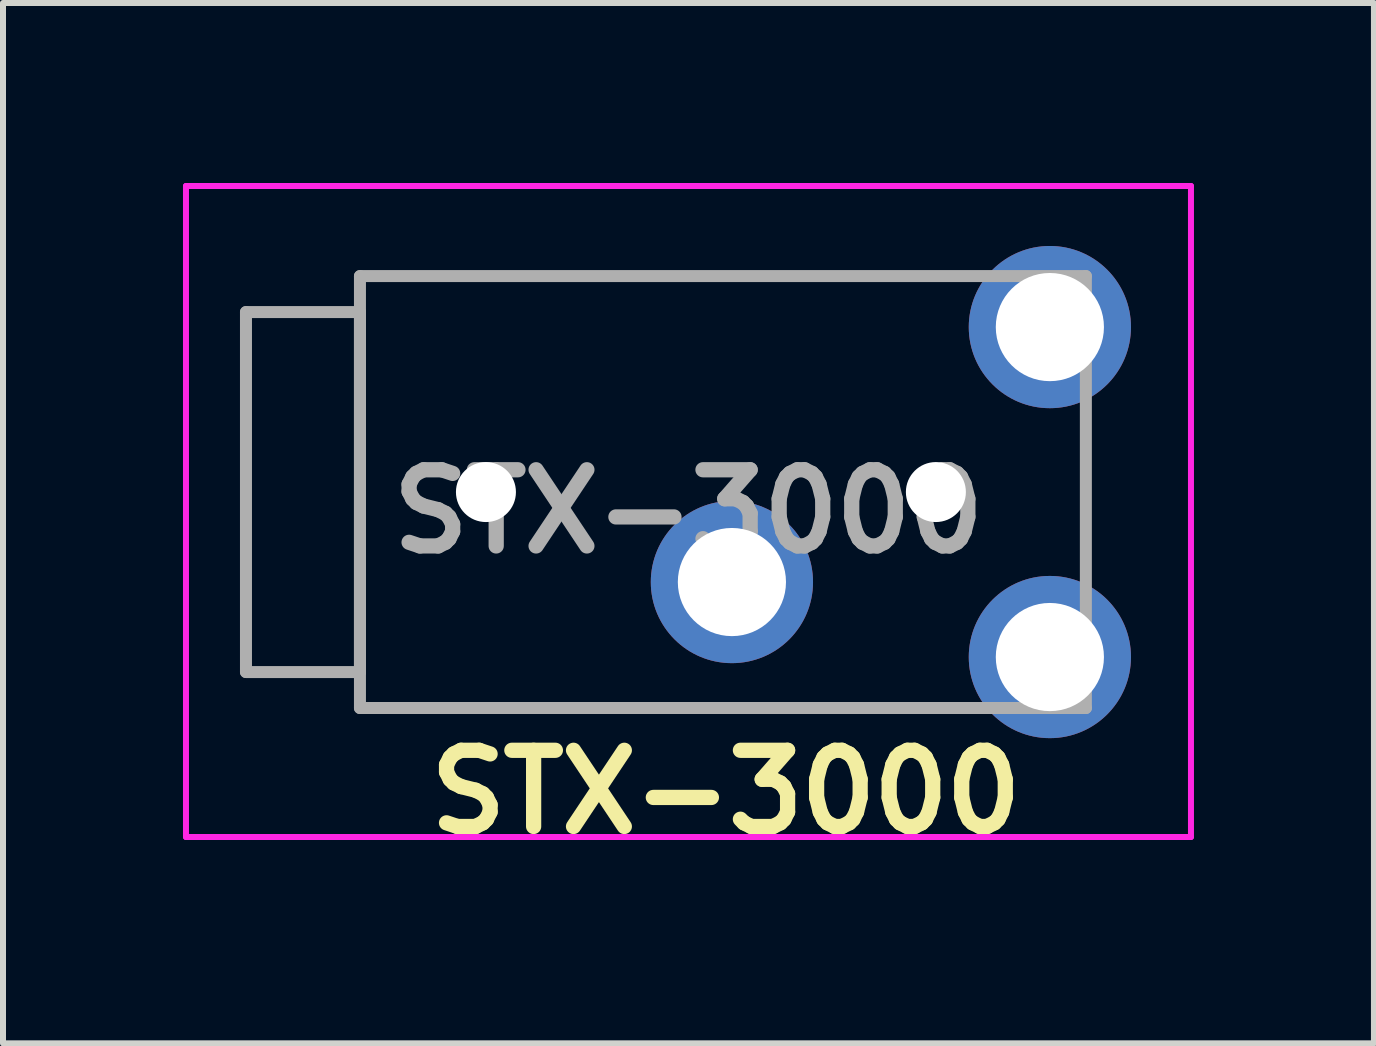
<source format=kicad_pcb>
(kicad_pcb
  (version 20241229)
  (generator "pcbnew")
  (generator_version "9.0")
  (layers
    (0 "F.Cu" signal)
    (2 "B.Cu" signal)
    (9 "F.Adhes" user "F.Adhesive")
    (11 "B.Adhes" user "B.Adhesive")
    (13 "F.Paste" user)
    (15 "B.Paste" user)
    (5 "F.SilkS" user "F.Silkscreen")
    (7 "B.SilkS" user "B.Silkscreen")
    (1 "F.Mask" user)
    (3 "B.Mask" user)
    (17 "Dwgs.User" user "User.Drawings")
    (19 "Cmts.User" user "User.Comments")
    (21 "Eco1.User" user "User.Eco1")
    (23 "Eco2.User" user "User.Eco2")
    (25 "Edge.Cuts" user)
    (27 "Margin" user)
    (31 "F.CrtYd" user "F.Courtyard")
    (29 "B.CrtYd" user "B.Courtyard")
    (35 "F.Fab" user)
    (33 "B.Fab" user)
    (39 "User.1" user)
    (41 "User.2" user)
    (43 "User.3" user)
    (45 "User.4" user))
  (footprint "STX-3000"
    (layer "F.Cu")
    (at 9.15 6.652)
    (property "Reference" "STX-3000" (at -0.1 3.5 0) (layer "F.SilkS") (effects (font (size 1.27 1.27) (thickness 0.254))))
    (attr through_hole)
    (fp_line (start -8.1 -4.5) (end -8.1 1.5) (stroke (width 0.1) (type solid)) (layer "F.SilkS"))
    (fp_line (start -8.1 1.5) (end -6.2 1.5) (stroke (width 0.1) (type solid)) (layer "F.SilkS"))
    (fp_line (start -6.2 -5.1) (end -6.2 -5.1) (stroke (width 0.1) (type solid)) (layer "F.SilkS"))
    (fp_line (start -6.2 -5.1) (end -6.2 -5.1) (stroke (width 0.1) (type solid)) (layer "F.SilkS"))
    (fp_line (start -6.2 -5.1) (end -6.2 -4.5) (stroke (width 0.1) (type solid)) (layer "F.SilkS"))
    (fp_line (start -6.2 -5.1) (end 3.3 -5.1) (stroke (width 0.1) (type solid)) (layer "F.SilkS"))
    (fp_line (start -6.2 -4.5) (end -8.1 -4.5) (stroke (width 0.1) (type solid)) (layer "F.SilkS"))
    (fp_line (start -6.2 -4.5) (end -6.2 -5.1) (stroke (width 0.1) (type solid)) (layer "F.SilkS"))
    (fp_line (start -6.2 -4.5) (end -6.2 -4.5) (stroke (width 0.1) (type solid)) (layer "F.SilkS"))
    (fp_line (start -6.2 1.5) (end -6.2 -4.5) (stroke (width 0.1) (type solid)) (layer "F.SilkS"))
    (fp_line (start -6.2 1.5) (end -6.2 1.5) (stroke (width 0.1) (type solid)) (layer "F.SilkS"))
    (fp_line (start -6.2 1.5) (end -6.2 2.1) (stroke (width 0.1) (type solid)) (layer "F.SilkS"))
    (fp_line (start -6.2 2.1) (end -6.2 1.5) (stroke (width 0.1) (type solid)) (layer "F.SilkS"))
    (fp_line (start -6.2 2.1) (end -6.2 2.1) (stroke (width 0.1) (type solid)) (layer "F.SilkS"))
    (fp_line (start -6.2 2.1) (end -6.2 2.1) (stroke (width 0.1) (type solid)) (layer "F.SilkS"))
    (fp_line (start -6.2 2.1) (end 3.3 2.1) (stroke (width 0.1) (type solid)) (layer "F.SilkS"))
    (fp_line (start 3.3 -5.1) (end -6.2 -5.1) (stroke (width 0.1) (type solid)) (layer "F.SilkS"))
    (fp_line (start 3.3 -5.1) (end 3.3 -5.1) (stroke (width 0.1) (type solid)) (layer "F.SilkS"))
    (fp_line (start 3.3 2.1) (end -6.2 2.1) (stroke (width 0.1) (type solid)) (layer "F.SilkS"))
    (fp_line (start 3.3 2.1) (end 3.3 2.1) (stroke (width 0.1) (type solid)) (layer "F.SilkS"))
    (fp_line (start -9.1 -6.602) (end -9.1 4.25) (stroke (width 0.1) (type solid)) (layer "F.CrtYd"))
    (fp_line (start -9.1 4.25) (end 7.652 4.25) (stroke (width 0.1) (type solid)) (layer "F.CrtYd"))
    (fp_line (start 7.652 -6.602) (end -9.1 -6.602) (stroke (width 0.1) (type solid)) (layer "F.CrtYd"))
    (fp_line (start 7.652 4.25) (end 7.652 -6.602) (stroke (width 0.1) (type solid)) (layer "F.CrtYd"))
    (fp_line (start -8.1 -4.5) (end -8.1 1.5) (stroke (width 0.2) (type solid)) (layer "F.Fab"))
    (fp_line (start -8.1 1.5) (end -6.2 1.5) (stroke (width 0.2) (type solid)) (layer "F.Fab"))
    (fp_line (start -6.2 -5.1) (end 5.9 -5.1) (stroke (width 0.2) (type solid)) (layer "F.Fab"))
    (fp_line (start -6.2 -4.5) (end -8.1 -4.5) (stroke (width 0.2) (type solid)) (layer "F.Fab"))
    (fp_line (start -6.2 1.5) (end -6.2 -4.5) (stroke (width 0.2) (type solid)) (layer "F.Fab"))
    (fp_line (start -6.2 2.1) (end -6.2 -5.1) (stroke (width 0.2) (type solid)) (layer "F.Fab"))
    (fp_line (start 5.9 -5.1) (end 5.9 2.1) (stroke (width 0.2) (type solid)) (layer "F.Fab"))
    (fp_line (start 5.9 2.1) (end -6.2 2.1) (stroke (width 0.2) (type solid)) (layer "F.Fab"))
    (fp_text user "${REFERENCE}" (at -0.724 -1.176 0) (layer "F.Fab") (effects (font (size 1.27 1.27) (thickness 0.254))))
    (pad "" np_thru_hole circle (at -4.1 -1.5) (size 1 1) (drill 1) (layers "*.Cu" "*.Mask"))
    (pad "" np_thru_hole circle (at 3.4 -1.5) (size 1 1) (drill 1) (layers "*.Cu" "*.Mask"))
    (pad "R" thru_hole circle (at 5.3 -4.25) (size 2.704 2.704) (drill 1.803) (layers "*.Cu" "*.Mask"))
    (pad "S" thru_hole circle (at 0 0) (size 2.704 2.704) (drill 1.803) (layers "*.Cu" "*.Mask"))
    (pad "T" thru_hole circle (at 5.3 1.25) (size 2.704 2.704) (drill 1.803) (layers "*.Cu" "*.Mask")))
  (gr_rect
    (start -3 -3)
    (end 19.852 14.341)
    (stroke (width 0.1) (type default))
    (fill no)
    (layer "Edge.Cuts")))
</source>
